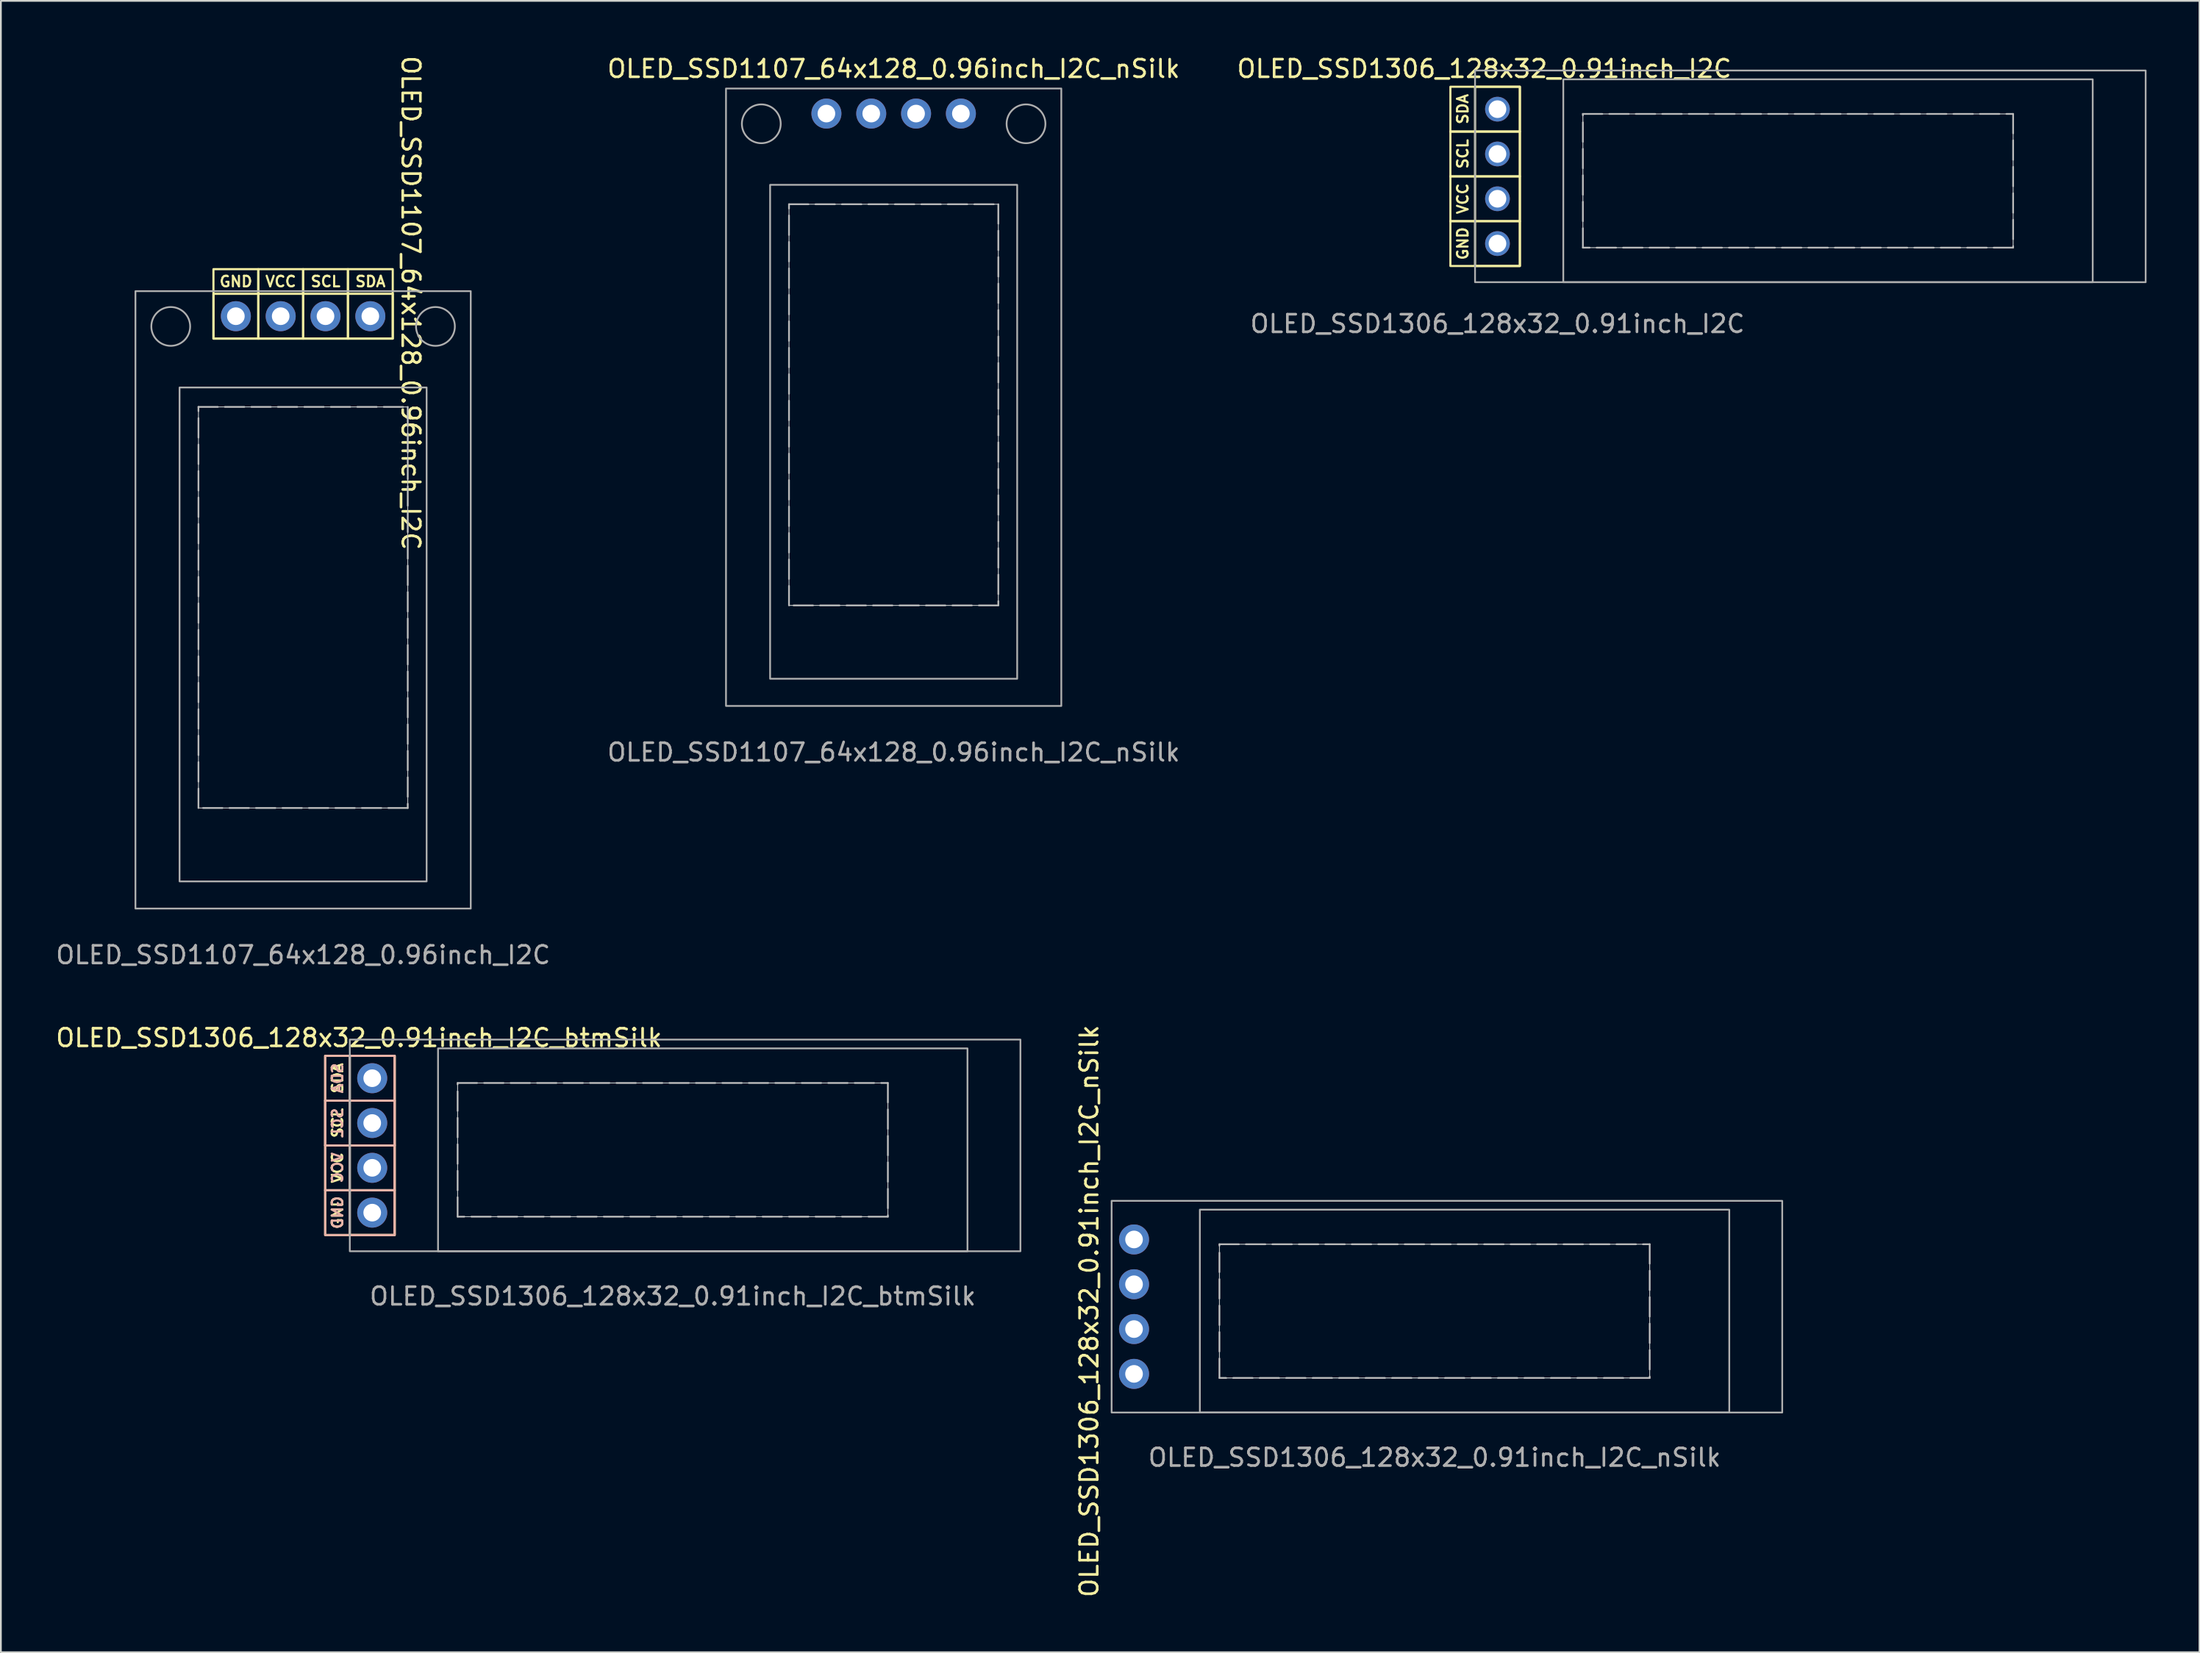
<source format=kicad_pcb>
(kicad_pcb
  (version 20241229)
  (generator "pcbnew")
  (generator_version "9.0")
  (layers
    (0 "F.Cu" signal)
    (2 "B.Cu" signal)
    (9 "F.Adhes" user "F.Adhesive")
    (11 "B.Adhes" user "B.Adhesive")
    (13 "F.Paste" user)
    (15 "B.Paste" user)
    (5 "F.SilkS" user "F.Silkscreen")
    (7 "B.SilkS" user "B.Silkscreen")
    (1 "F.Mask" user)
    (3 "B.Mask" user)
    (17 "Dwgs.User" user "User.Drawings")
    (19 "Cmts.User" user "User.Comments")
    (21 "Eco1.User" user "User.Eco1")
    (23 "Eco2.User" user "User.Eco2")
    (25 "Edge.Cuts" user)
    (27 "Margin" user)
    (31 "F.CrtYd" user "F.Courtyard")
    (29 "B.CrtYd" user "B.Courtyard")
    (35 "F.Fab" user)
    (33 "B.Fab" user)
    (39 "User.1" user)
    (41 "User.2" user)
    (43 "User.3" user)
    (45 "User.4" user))
  (footprint "OLED_SSD1107_64x128_0.96inch_I2C_nSilk"
    (layer "F.Cu")
    (at 47.589 19.898)
    (property "Reference" "OLED_SSD1107_64x128_0.96inch_I2C_nSilk" (at 0 -19.05 0) (unlocked yes) (layer "F.SilkS") (effects (font (size 1 1) (thickness 0.15))))
    (attr through_hole)
    (fp_rect (start -5.93 -11.37) (end 5.93 11.37) (stroke (width 0.05) (type solid)) (fill no) (layer "Dwgs.User"))
    (fp_rect (start -9.5 -17.93) (end 9.5 17.07) (stroke (width 0.1) (type default)) (fill no) (layer "F.Fab"))
    (fp_rect (start -7 -12.47) (end 7 15.53) (stroke (width 0.1) (type default)) (fill no) (layer "F.Fab"))
    (fp_rect (start -5.93 -11.37) (end 5.93 11.37) (stroke (width 0.1) (type dash)) (fill no) (layer "F.Fab"))
    (fp_circle (center -7.5 -15.93) (end -7.5 -17.03) (stroke (width 0.1) (type default)) (fill no) (layer "F.Fab"))
    (fp_circle (center 7.5 -15.93) (end 7.5 -17.03) (stroke (width 0.1) (type default)) (fill no) (layer "F.Fab"))
    (fp_text user "${REFERENCE}" (at 0 19.7 0) (unlocked yes) (layer "F.Fab") (effects (font (size 1 1) (thickness 0.15))))
    (pad "1" thru_hole circle (at -3.81 -16.51 180) (size 1.7 1.7) (drill 1) (layers "*.Cu" "*.Mask"))
    (pad "2" thru_hole circle (at -1.27 -16.51 180) (size 1.7 1.7) (drill 1) (layers "*.Cu" "*.Mask"))
    (pad "3" thru_hole circle (at 1.27 -16.51 180) (size 1.7 1.7) (drill 1) (layers "*.Cu" "*.Mask"))
    (pad "4" thru_hole circle (at 3.81 -16.51 180) (size 1.7 1.7) (drill 1) (layers "*.Cu" "*.Mask")))
  (footprint "OLED_SSD1107_64x128_0.96inch_I2C"
    (layer "F.Cu")
    (at 14.125 31.385)
    (property "Reference" "OLED_SSD1107_64x128_0.96inch_I2C" (at 6.1 -17.26 270) (unlocked yes) (layer "F.SilkS") (effects (font (size 1 1) (thickness 0.15))))
    (attr through_hole)
    (fp_rect (start -5.08 -19.177) (end -2.54 -15.24) (stroke (width 0.12) (type default)) (fill no) (layer "F.SilkS"))
    (fp_rect (start -5.08 -17.78) (end 5.08 -15.24) (stroke (width 0.12) (type default)) (fill no) (layer "F.SilkS"))
    (fp_rect (start -2.54 -19.177) (end 0 -15.24) (stroke (width 0.12) (type default)) (fill no) (layer "F.SilkS"))
    (fp_rect (start 0 -19.177) (end 2.54 -15.24) (stroke (width 0.12) (type default)) (fill no) (layer "F.SilkS"))
    (fp_rect (start 2.54 -19.177) (end 5.08 -15.24) (stroke (width 0.12) (type default)) (fill no) (layer "F.SilkS"))
    (fp_rect (start -5.93 -11.37) (end 5.93 11.37) (stroke (width 0.05) (type solid)) (fill no) (layer "Dwgs.User"))
    (fp_rect (start -9.5 -17.93) (end 9.5 17.07) (stroke (width 0.1) (type default)) (fill no) (layer "F.Fab"))
    (fp_rect (start -7 -12.47) (end 7 15.53) (stroke (width 0.1) (type default)) (fill no) (layer "F.Fab"))
    (fp_rect (start -5.93 -11.37) (end 5.93 11.37) (stroke (width 0.1) (type dash)) (fill no) (layer "F.Fab"))
    (fp_circle (center -7.5 -15.93) (end -7.5 -17.03) (stroke (width 0.1) (type default)) (fill no) (layer "F.Fab"))
    (fp_circle (center 7.5 -15.93) (end 7.5 -17.03) (stroke (width 0.1) (type default)) (fill no) (layer "F.Fab"))
    (fp_text user "SCL" (at 1.274 -18.124 0) (layer "F.SilkS") (effects (font (size 0.6 0.6) (thickness 0.12) (bold yes)) (justify bottom)))
    (fp_text user "GND" (at -3.806 -18.124 0) (layer "F.SilkS") (effects (font (size 0.6 0.6) (thickness 0.12) (bold yes)) (justify bottom)))
    (fp_text user "SDA" (at 3.814 -18.124 0) (layer "F.SilkS") (effects (font (size 0.6 0.6) (thickness 0.12) (bold yes)) (justify bottom)))
    (fp_text user "VCC" (at -1.266 -18.124 0) (layer "F.SilkS") (effects (font (size 0.6 0.6) (thickness 0.12) (bold yes)) (justify bottom)))
    (fp_text user "${REFERENCE}" (at 0 19.7 0) (unlocked yes) (layer "F.Fab") (effects (font (size 1 1) (thickness 0.15))))
    (pad "1" thru_hole circle (at 3.81 -16.51 180) (size 1.7 1.7) (drill 1) (layers "*.Cu" "*.Mask"))
    (pad "2" thru_hole circle (at 1.27 -16.51 180) (size 1.7 1.7) (drill 1) (layers "*.Cu" "*.Mask"))
    (pad "3" thru_hole circle (at -1.27 -16.51 180) (size 1.7 1.7) (drill 1) (layers "*.Cu" "*.Mask"))
    (pad "4" thru_hole circle (at -3.81 -16.51 180) (size 1.7 1.7) (drill 1) (layers "*.Cu" "*.Mask")))
  (footprint "OLED_SSD1306_128x32_0.91inch_I2C_btmSilk"
    (layer "F.Cu")
    (at 35.072 62.132)
    (property "Reference" "OLED_SSD1306_128x32_0.91inch_I2C_btmSilk" (at -17.78 -6.35 180) (layer "F.SilkS") (effects (font (size 1 1) (thickness 0.15))))
    (attr through_hole)
    (fp_rect (start -19.697 -5.33) (end -15.76 -2.79) (stroke (width 0.12) (type default)) (fill no) (layer "F.SilkS"))
    (fp_rect (start -19.697 -2.79) (end -15.76 -0.25) (stroke (width 0.12) (type default)) (fill no) (layer "F.SilkS"))
    (fp_rect (start -19.697 -0.25) (end -15.76 2.29) (stroke (width 0.12) (type default)) (fill no) (layer "F.SilkS"))
    (fp_rect (start -19.697 2.29) (end -15.76 4.83) (stroke (width 0.12) (type default)) (fill no) (layer "F.SilkS"))
    (fp_rect (start -18.3 -5.33) (end -15.76 4.83) (stroke (width 0.12) (type default)) (fill no) (layer "F.SilkS"))
    (fp_rect (start -15.76 -5.33) (end -19.697 -2.79) (stroke (width 0.12) (type default)) (fill no) (layer "B.SilkS"))
    (fp_rect (start -15.76 -5.33) (end -18.3 4.83) (stroke (width 0.12) (type default)) (fill no) (layer "B.SilkS"))
    (fp_rect (start -15.76 -2.79) (end -19.697 -0.25) (stroke (width 0.12) (type default)) (fill no) (layer "B.SilkS"))
    (fp_rect (start -15.76 -2.79) (end -19.697 -0.25) (stroke (width 0.12) (type default)) (fill no) (layer "B.SilkS"))
    (fp_rect (start -15.76 -0.25) (end -19.697 2.29) (stroke (width 0.12) (type default)) (fill no) (layer "B.SilkS"))
    (fp_rect (start -15.76 2.29) (end -19.697 4.83) (stroke (width 0.12) (type default)) (fill no) (layer "B.SilkS"))
    (fp_rect (start -12.19 -3.79) (end 12.19 3.79) (stroke (width 0.05) (type default)) (fill no) (layer "Dwgs.User"))
    (fp_rect (start -18.3 -6.25) (end 19.7 5.75) (stroke (width 0.1) (type default)) (fill no) (layer "F.Fab"))
    (fp_rect (start -13.3 -5.75) (end 16.7 5.75) (stroke (width 0.1) (type default)) (fill no) (layer "F.Fab"))
    (fp_rect (start -12.19 -3.79) (end 12.19 3.79) (stroke (width 0.1) (type dash)) (fill no) (layer "F.Fab"))
    (fp_text user "SCL" (at -18.644 -1.524 90) (layer "F.SilkS") (effects (font (size 0.6 0.6) (thickness 0.12) (bold yes)) (justify bottom)))
    (fp_text user "SDA" (at -18.644 -4.064 90) (layer "F.SilkS") (effects (font (size 0.6 0.6) (thickness 0.12) (bold yes)) (justify bottom)))
    (fp_text user "GND" (at -18.644 3.556 90) (layer "F.SilkS") (effects (font (size 0.6 0.6) (thickness 0.12) (bold yes)) (justify bottom)))
    (fp_text user "VCC" (at -18.644 1.016 90) (layer "F.SilkS") (effects (font (size 0.6 0.6) (thickness 0.12) (bold yes)) (justify bottom)))
    (fp_text user "VCC" (at -18.644 1.016 270) (layer "B.SilkS") (effects (font (size 0.6 0.6) (thickness 0.12) (bold yes)) (justify bottom mirror)))
    (fp_text user "SDA" (at -18.644 -4.064 270) (layer "B.SilkS") (effects (font (size 0.6 0.6) (thickness 0.12) (bold yes)) (justify bottom mirror)))
    (fp_text user "GND" (at -18.644 3.556 270) (layer "B.SilkS") (effects (font (size 0.6 0.6) (thickness 0.12) (bold yes)) (justify bottom mirror)))
    (fp_text user "SCL" (at -18.644 -1.524 270) (layer "B.SilkS") (effects (font (size 0.6 0.6) (thickness 0.12) (bold yes)) (justify bottom mirror)))
    (fp_text user "${REFERENCE}" (at 0 8.3 0) (unlocked yes) (layer "F.Fab") (effects (font (size 1 1) (thickness 0.15))))
    (pad "1" thru_hole circle (at -17.03 -4.06 270) (size 1.7 1.7) (drill 1) (layers "*.Cu" "*.Mask"))
    (pad "2" thru_hole circle (at -17.03 -1.52 270) (size 1.7 1.7) (drill 1) (layers "*.Cu" "*.Mask"))
    (pad "3" thru_hole circle (at -17.03 1.02 270) (size 1.7 1.7) (drill 1) (layers "*.Cu" "*.Mask"))
    (pad "4" thru_hole circle (at -17.03 3.56 270) (size 1.7 1.7) (drill 1) (layers "*.Cu" "*.Mask")))
  (footprint "OLED_SSD1306_128x32_0.91inch_I2C"
    (layer "F.Cu")
    (at 98.834 7.198)
    (property "Reference" "OLED_SSD1306_128x32_0.91inch_I2C" (at -17.78 -6.35 180) (layer "F.SilkS") (effects (font (size 1 1) (thickness 0.15))))
    (attr smd)
    (fp_rect (start -19.697 -5.33) (end -15.76 -2.79) (stroke (width 0.12) (type default)) (fill no) (layer "F.SilkS"))
    (fp_rect (start -19.697 -2.79) (end -15.76 -0.25) (stroke (width 0.12) (type default)) (fill no) (layer "F.SilkS"))
    (fp_rect (start -19.697 -0.25) (end -15.76 2.29) (stroke (width 0.12) (type default)) (fill no) (layer "F.SilkS"))
    (fp_rect (start -19.697 2.29) (end -15.76 4.83) (stroke (width 0.12) (type default)) (fill no) (layer "F.SilkS"))
    (fp_rect (start -18.3 -5.33) (end -15.76 4.83) (stroke (width 0.12) (type default)) (fill no) (layer "F.SilkS"))
    (fp_rect (start -12.19 -3.79) (end 12.19 3.79) (stroke (width 0.05) (type default)) (fill no) (layer "Dwgs.User"))
    (fp_rect (start -18.3 -6.25) (end 19.7 5.75) (stroke (width 0.1) (type default)) (fill no) (layer "F.Fab"))
    (fp_rect (start -13.3 -5.75) (end 16.7 5.75) (stroke (width 0.1) (type default)) (fill no) (layer "F.Fab"))
    (fp_rect (start -12.19 -3.79) (end 12.19 3.79) (stroke (width 0.1) (type dash)) (fill no) (layer "F.Fab"))
    (fp_text user "GND" (at -18.644 3.556 90) (layer "F.SilkS") (effects (font (size 0.6 0.6) (thickness 0.12) (bold yes)) (justify bottom)))
    (fp_text user "SCL" (at -18.644 -1.524 90) (layer "F.SilkS") (effects (font (size 0.6 0.6) (thickness 0.12) (bold yes)) (justify bottom)))
    (fp_text user "VCC" (at -18.644 1.016 90) (layer "F.SilkS") (effects (font (size 0.6 0.6) (thickness 0.12) (bold yes)) (justify bottom)))
    (fp_text user "SDA" (at -18.644 -4.064 90) (layer "F.SilkS") (effects (font (size 0.6 0.6) (thickness 0.12) (bold yes)) (justify bottom)))
    (fp_text user "${REFERENCE}" (at -17.03 8.108 0) (unlocked yes) (layer "F.Fab") (effects (font (size 1 1) (thickness 0.15))))
    (pad "1" thru_hole circle (at -17.03 -4.06 270) (size 1.4 1.4) (drill 1) (layers "*.Cu" "*.Mask"))
    (pad "2" thru_hole circle (at -17.03 -1.52 270) (size 1.4 1.4) (drill 1) (layers "*.Cu" "*.Mask"))
    (pad "3" thru_hole circle (at -17.03 1.02 270) (size 1.4 1.4) (drill 1) (layers "*.Cu" "*.Mask"))
    (pad "4" thru_hole circle (at -17.03 3.56 270) (size 1.4 1.4) (drill 1) (layers "*.Cu" "*.Mask")))
  (footprint "OLED_SSD1306_128x32_0.91inch_I2C_nSilk"
    (layer "F.Cu")
    (at 78.24 71.273)
    (property "Reference" "OLED_SSD1306_128x32_0.91inch_I2C_nSilk" (at -19.57 0 270) (layer "F.SilkS") (effects (font (size 1 1) (thickness 0.15))))
    (attr through_hole)
    (fp_rect (start -12.19 -3.79) (end 12.19 3.79) (stroke (width 0.05) (type default)) (fill no) (layer "Dwgs.User"))
    (fp_rect (start -18.3 -6.25) (end 19.7 5.75) (stroke (width 0.1) (type default)) (fill no) (layer "F.Fab"))
    (fp_rect (start -13.3 -5.75) (end 16.7 5.75) (stroke (width 0.1) (type default)) (fill no) (layer "F.Fab"))
    (fp_rect (start -12.19 -3.79) (end 12.19 3.79) (stroke (width 0.1) (type dash)) (fill no) (layer "F.Fab"))
    (fp_text user "${REFERENCE}" (at 0 8.3 0) (unlocked yes) (layer "F.Fab") (effects (font (size 1 1) (thickness 0.15))))
    (pad "1" thru_hole circle (at -17.03 3.56 270) (size 1.7 1.7) (drill 1) (layers "*.Cu" "*.Mask"))
    (pad "2" thru_hole circle (at -17.03 1.02 270) (size 1.7 1.7) (drill 1) (layers "*.Cu" "*.Mask"))
    (pad "3" thru_hole circle (at -17.03 -1.52 270) (size 1.7 1.7) (drill 1) (layers "*.Cu" "*.Mask"))
    (pad "4" thru_hole circle (at -17.03 -4.06 270) (size 1.7 1.7) (drill 1) (layers "*.Cu" "*.Mask")))
  (gr_rect
    (start -3 -3)
    (end 121.584 90.612)
    (stroke (width 0.1) (type default))
    (fill no)
    (layer "Edge.Cuts")))
</source>
